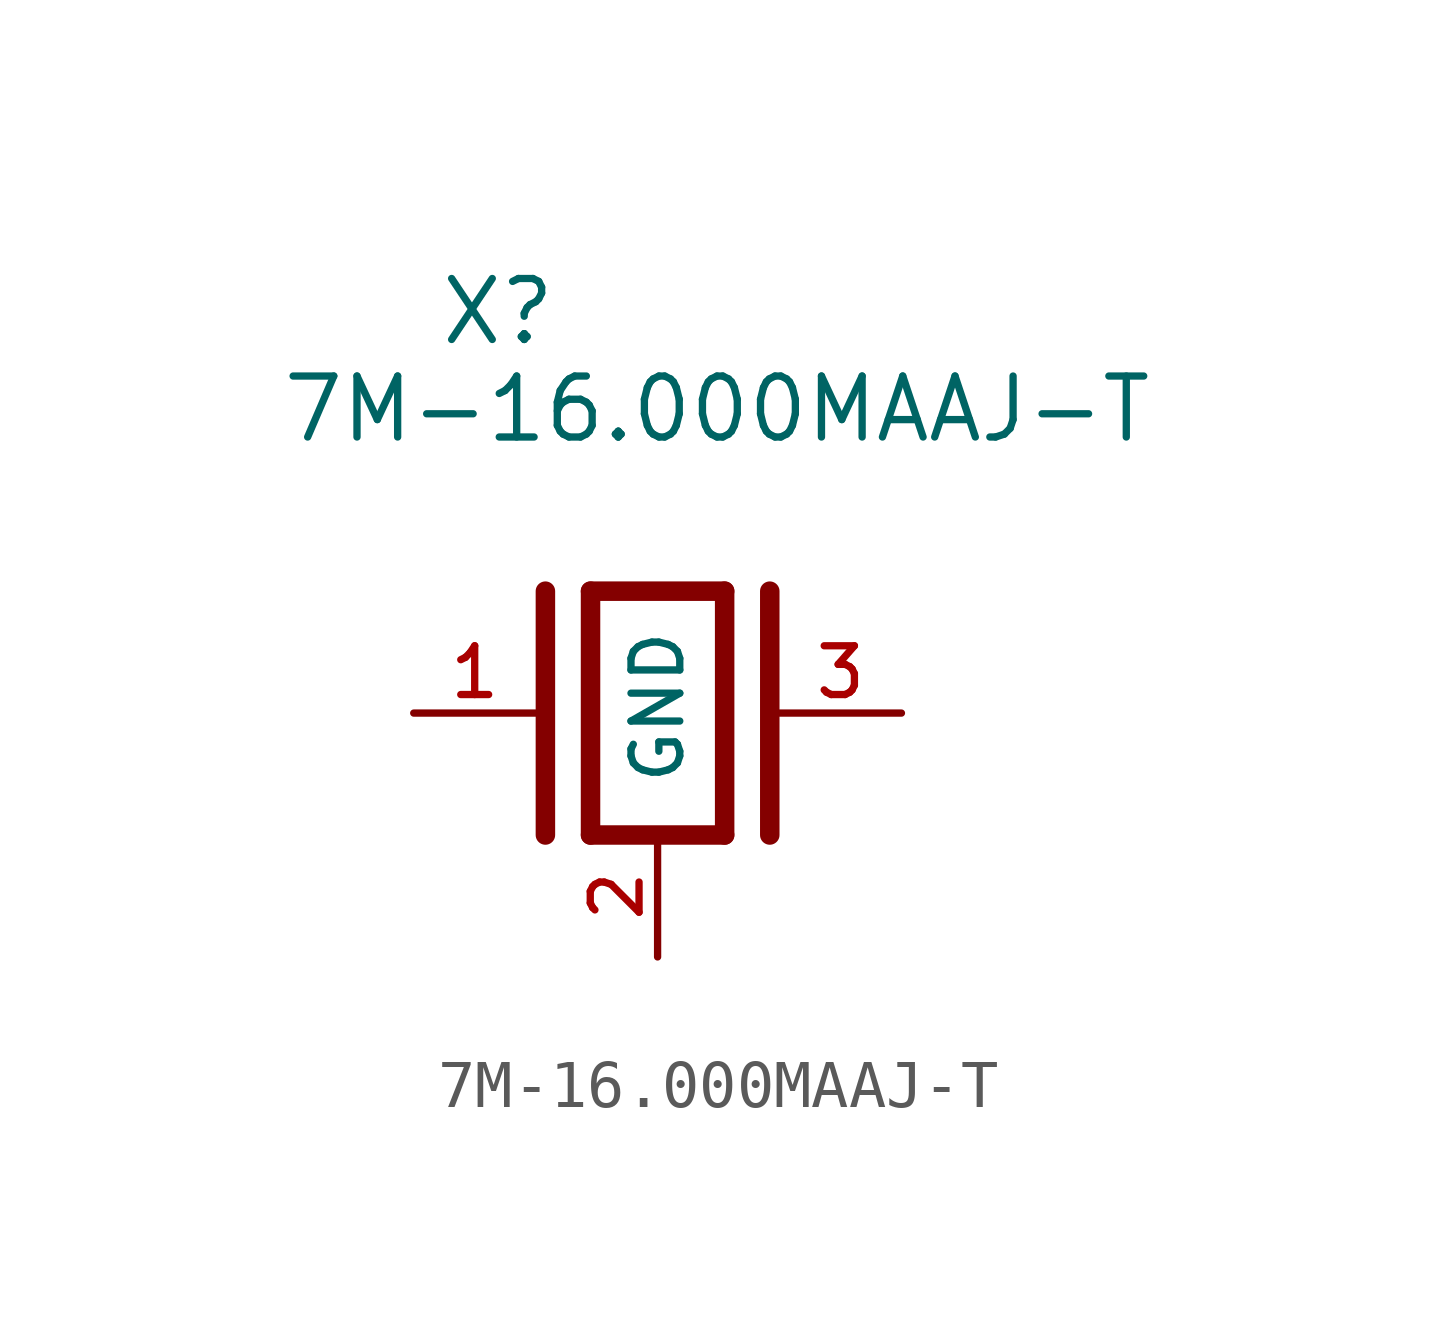
<source format=kicad_sym>
(kicad_symbol_lib
  (version 20241209)
  (generator "kicad_symbol_editor")
  (generator_version "9.0")
  (symbol "7M-16.000MAAJ-T"
    (pin_names
      (offset 1.016))
    (property "Reference" "X"
      (at -4.572 7.62 0)
      (effects (font (size 1.27 1.27)) (justify left bottom)))
    (property "Value" "7M-16.000MAAJ-T"
      (at -7.874 5.588 0)
      (effects (font (size 1.27 1.27)) (justify left bottom)))
    (symbol "7M-16.000MAAJ-T_0_0"
      (polyline (pts (xy -2.337 2.54) (xy -2.337 -2.54)) (stroke (width 0.406) (type default)) (fill (type none)))
      (polyline (pts (xy -1.397 2.54) (xy -1.397 -2.54)) (stroke (width 0.406) (type default)) (fill (type none)))
      (polyline (pts (xy -1.397 2.54) (xy 1.397 2.54)) (stroke (width 0.406) (type default)) (fill (type none)))
      (polyline (pts (xy 1.397 2.54) (xy 1.397 -2.54)) (stroke (width 0.406) (type default)) (fill (type none)))
      (polyline (pts (xy 1.397 -2.54) (xy -1.397 -2.54)) (stroke (width 0.406) (type default)) (fill (type none)))
      (polyline (pts (xy 2.337 2.54) (xy 2.337 -2.54)) (stroke (width 0.406) (type default)) (fill (type none)))
      (pin passive line (at -5.08 0 0) (length 2.54) (name "~" (effects (font (size 1.016 1.016)))) (number "1" (effects (font (size 1.016 1.016)))))
      (pin power_in line (at 0 -5.08 90) (length 2.54) (name "GND" (effects (font (size 1.016 1.016)))) (number "2" (effects (font (size 1.016 1.016)))))
      (pin passive line (at 5.08 0 180) (length 2.54) (name "~" (effects (font (size 1.016 1.016)))) (number "3" (effects (font (size 1.016 1.016))))))))
</source>
